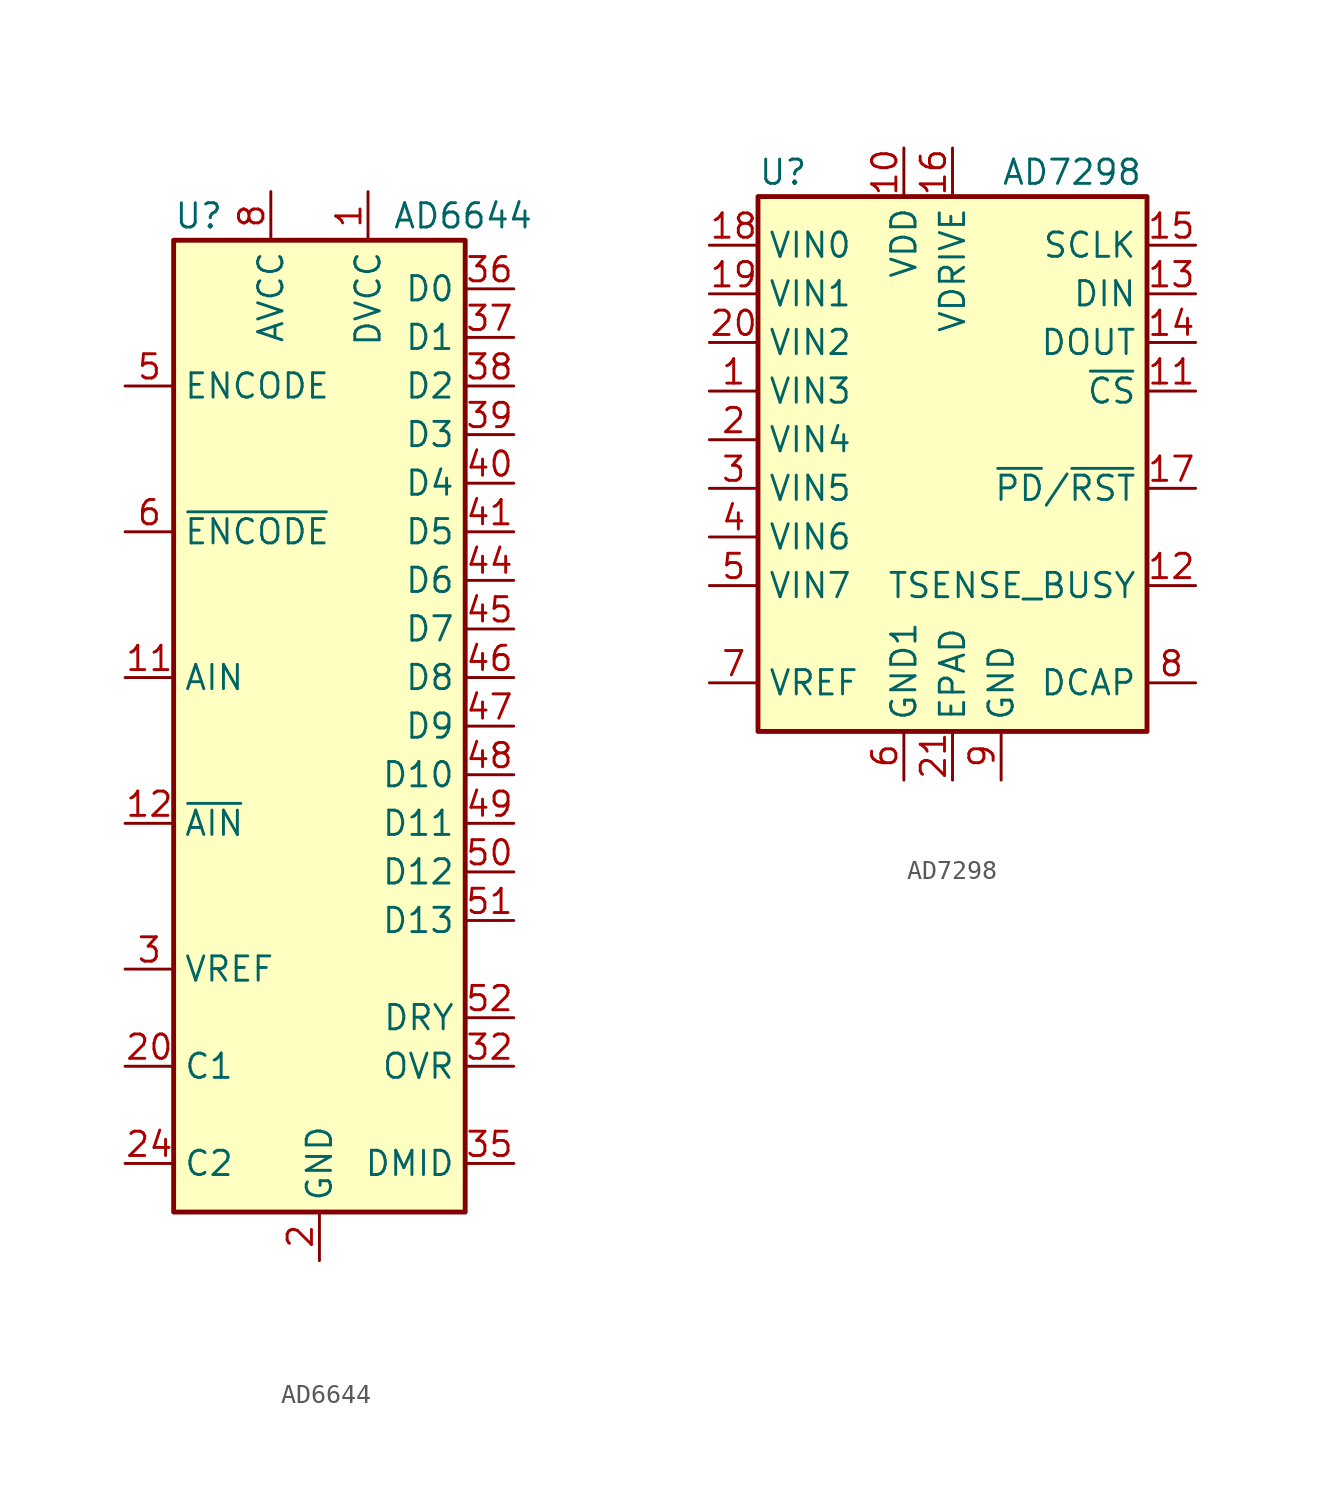
<source format=kicad_sym>
(kicad_symbol_lib
  (version 20211014)
  (generator kicad_symbol_editor)
  (symbol "AD6644"
    (property "Reference" "U"
      (at -7.62 26.67 0)
      (effects (font (size 1.27 1.27)) (justify left)))
    (property "Value" "AD6644"
      (at 3.81 26.67 0)
      (effects (font (size 1.27 1.27)) (justify left)))
    (symbol "AD6644_0_1"
      (rectangle (start -7.62 25.4) (end 7.62 -25.4) (stroke (width 0.254) (type default) (color 0 0 0 0)) (fill (type background))))
    (symbol "AD6644_1_1"
      (pin power_in line (at 2.54 27.94 270) (length 2.54) (name "DVCC" (effects (font (size 1.27 1.27)))) (number "1" (effects (font (size 1.27 1.27)))))
      (pin passive line (at 0 -27.94 90) (length 2.54) hide (name "GND" (effects (font (size 1.27 1.27)))) (number "10" (effects (font (size 1.27 1.27)))))
      (pin input line (at -10.16 2.54 0) (length 2.54) (name "AIN" (effects (font (size 1.27 1.27)))) (number "11" (effects (font (size 1.27 1.27)))))
      (pin input line (at -10.16 -5.08 0) (length 2.54) (name "~{AIN}" (effects (font (size 1.27 1.27)))) (number "12" (effects (font (size 1.27 1.27)))))
      (pin passive line (at 0 -27.94 90) (length 2.54) hide (name "GND" (effects (font (size 1.27 1.27)))) (number "13" (effects (font (size 1.27 1.27)))))
      (pin passive line (at -2.54 27.94 270) (length 2.54) hide (name "AVCC" (effects (font (size 1.27 1.27)))) (number "14" (effects (font (size 1.27 1.27)))))
      (pin passive line (at 0 -27.94 90) (length 2.54) hide (name "GND" (effects (font (size 1.27 1.27)))) (number "15" (effects (font (size 1.27 1.27)))))
      (pin passive line (at -2.54 27.94 270) (length 2.54) hide (name "AVCC" (effects (font (size 1.27 1.27)))) (number "16" (effects (font (size 1.27 1.27)))))
      (pin passive line (at 0 -27.94 90) (length 2.54) hide (name "GND" (effects (font (size 1.27 1.27)))) (number "17" (effects (font (size 1.27 1.27)))))
      (pin passive line (at -2.54 27.94 270) (length 2.54) hide (name "AVCC" (effects (font (size 1.27 1.27)))) (number "18" (effects (font (size 1.27 1.27)))))
      (pin passive line (at 0 -27.94 90) (length 2.54) hide (name "GND" (effects (font (size 1.27 1.27)))) (number "19" (effects (font (size 1.27 1.27)))))
      (pin power_in line (at 0 -27.94 90) (length 2.54) (name "GND" (effects (font (size 1.27 1.27)))) (number "2" (effects (font (size 1.27 1.27)))))
      (pin passive line (at -10.16 -17.78 0) (length 2.54) (name "C1" (effects (font (size 1.27 1.27)))) (number "20" (effects (font (size 1.27 1.27)))))
      (pin passive line (at 0 -27.94 90) (length 2.54) hide (name "GND" (effects (font (size 1.27 1.27)))) (number "21" (effects (font (size 1.27 1.27)))))
      (pin passive line (at -2.54 27.94 270) (length 2.54) hide (name "AVCC" (effects (font (size 1.27 1.27)))) (number "22" (effects (font (size 1.27 1.27)))))
      (pin passive line (at 0 -27.94 90) (length 2.54) hide (name "GND" (effects (font (size 1.27 1.27)))) (number "23" (effects (font (size 1.27 1.27)))))
      (pin passive line (at -10.16 -22.86 0) (length 2.54) (name "C2" (effects (font (size 1.27 1.27)))) (number "24" (effects (font (size 1.27 1.27)))))
      (pin passive line (at 0 -27.94 90) (length 2.54) hide (name "GND" (effects (font (size 1.27 1.27)))) (number "25" (effects (font (size 1.27 1.27)))))
      (pin passive line (at -2.54 27.94 270) (length 2.54) hide (name "AVCC" (effects (font (size 1.27 1.27)))) (number "26" (effects (font (size 1.27 1.27)))))
      (pin passive line (at 0 -27.94 90) (length 2.54) hide (name "GND" (effects (font (size 1.27 1.27)))) (number "27" (effects (font (size 1.27 1.27)))))
      (pin passive line (at -2.54 27.94 270) (length 2.54) hide (name "AVCC" (effects (font (size 1.27 1.27)))) (number "28" (effects (font (size 1.27 1.27)))))
      (pin passive line (at 0 -27.94 90) (length 2.54) hide (name "GND" (effects (font (size 1.27 1.27)))) (number "29" (effects (font (size 1.27 1.27)))))
      (pin passive line (at -10.16 -12.7 0) (length 2.54) (name "VREF" (effects (font (size 1.27 1.27)))) (number "3" (effects (font (size 1.27 1.27)))))
      (pin passive line (at -2.54 27.94 270) (length 2.54) hide (name "AVCC" (effects (font (size 1.27 1.27)))) (number "30" (effects (font (size 1.27 1.27)))))
      (pin no_connect line (at 7.62 -12.7 180) (length 2.54) hide (name "DNC" (effects (font (size 1.27 1.27)))) (number "31" (effects (font (size 1.27 1.27)))))
      (pin output line (at 10.16 -17.78 180) (length 2.54) (name "OVR" (effects (font (size 1.27 1.27)))) (number "32" (effects (font (size 1.27 1.27)))))
      (pin passive line (at 2.54 27.94 270) (length 2.54) hide (name "DVCC" (effects (font (size 1.27 1.27)))) (number "33" (effects (font (size 1.27 1.27)))))
      (pin passive line (at 0 -27.94 90) (length 2.54) hide (name "GND" (effects (font (size 1.27 1.27)))) (number "34" (effects (font (size 1.27 1.27)))))
      (pin output line (at 10.16 -22.86 180) (length 2.54) (name "DMID" (effects (font (size 1.27 1.27)))) (number "35" (effects (font (size 1.27 1.27)))))
      (pin output line (at 10.16 22.86 180) (length 2.54) (name "D0" (effects (font (size 1.27 1.27)))) (number "36" (effects (font (size 1.27 1.27)))))
      (pin output line (at 10.16 20.32 180) (length 2.54) (name "D1" (effects (font (size 1.27 1.27)))) (number "37" (effects (font (size 1.27 1.27)))))
      (pin output line (at 10.16 17.78 180) (length 2.54) (name "D2" (effects (font (size 1.27 1.27)))) (number "38" (effects (font (size 1.27 1.27)))))
      (pin output line (at 10.16 15.24 180) (length 2.54) (name "D3" (effects (font (size 1.27 1.27)))) (number "39" (effects (font (size 1.27 1.27)))))
      (pin passive line (at 0 -27.94 90) (length 2.54) hide (name "GND" (effects (font (size 1.27 1.27)))) (number "4" (effects (font (size 1.27 1.27)))))
      (pin output line (at 10.16 12.7 180) (length 2.54) (name "D4" (effects (font (size 1.27 1.27)))) (number "40" (effects (font (size 1.27 1.27)))))
      (pin output line (at 10.16 10.16 180) (length 2.54) (name "D5" (effects (font (size 1.27 1.27)))) (number "41" (effects (font (size 1.27 1.27)))))
      (pin passive line (at 0 -27.94 90) (length 2.54) hide (name "GND" (effects (font (size 1.27 1.27)))) (number "42" (effects (font (size 1.27 1.27)))))
      (pin passive line (at 2.54 27.94 270) (length 2.54) hide (name "DVCC" (effects (font (size 1.27 1.27)))) (number "43" (effects (font (size 1.27 1.27)))))
      (pin output line (at 10.16 7.62 180) (length 2.54) (name "D6" (effects (font (size 1.27 1.27)))) (number "44" (effects (font (size 1.27 1.27)))))
      (pin output line (at 10.16 5.08 180) (length 2.54) (name "D7" (effects (font (size 1.27 1.27)))) (number "45" (effects (font (size 1.27 1.27)))))
      (pin output line (at 10.16 2.54 180) (length 2.54) (name "D8" (effects (font (size 1.27 1.27)))) (number "46" (effects (font (size 1.27 1.27)))))
      (pin output line (at 10.16 0 180) (length 2.54) (name "D9" (effects (font (size 1.27 1.27)))) (number "47" (effects (font (size 1.27 1.27)))))
      (pin output line (at 10.16 -2.54 180) (length 2.54) (name "D10" (effects (font (size 1.27 1.27)))) (number "48" (effects (font (size 1.27 1.27)))))
      (pin output line (at 10.16 -5.08 180) (length 2.54) (name "D11" (effects (font (size 1.27 1.27)))) (number "49" (effects (font (size 1.27 1.27)))))
      (pin input line (at -10.16 17.78 0) (length 2.54) (name "ENCODE" (effects (font (size 1.27 1.27)))) (number "5" (effects (font (size 1.27 1.27)))))
      (pin output line (at 10.16 -7.62 180) (length 2.54) (name "D12" (effects (font (size 1.27 1.27)))) (number "50" (effects (font (size 1.27 1.27)))))
      (pin output line (at 10.16 -10.16 180) (length 2.54) (name "D13" (effects (font (size 1.27 1.27)))) (number "51" (effects (font (size 1.27 1.27)))))
      (pin output line (at 10.16 -15.24 180) (length 2.54) (name "DRY" (effects (font (size 1.27 1.27)))) (number "52" (effects (font (size 1.27 1.27)))))
      (pin passive line (at 0 -27.94 90) (length 2.54) hide (name "GND" (effects (font (size 1.27 1.27)))) (number "53" (effects (font (size 1.27 1.27)))))
      (pin input line (at -10.16 10.16 0) (length 2.54) (name "~{ENCODE}" (effects (font (size 1.27 1.27)))) (number "6" (effects (font (size 1.27 1.27)))))
      (pin passive line (at 0 -27.94 90) (length 2.54) hide (name "GND" (effects (font (size 1.27 1.27)))) (number "7" (effects (font (size 1.27 1.27)))))
      (pin power_in line (at -2.54 27.94 270) (length 2.54) (name "AVCC" (effects (font (size 1.27 1.27)))) (number "8" (effects (font (size 1.27 1.27)))))
      (pin passive line (at -2.54 27.94 270) (length 2.54) hide (name "AVCC" (effects (font (size 1.27 1.27)))) (number "9" (effects (font (size 1.27 1.27)))))))
  (symbol "AD7298"
    (property "Reference" "U"
      (at -10.16 13.97 0)
      (effects (font (size 1.27 1.27)) (justify left)))
    (property "Value" "AD7298"
      (at 2.54 13.97 0)
      (effects (font (size 1.27 1.27)) (justify left)))
    (symbol "AD7298_0_1"
      (rectangle (start -10.16 12.7) (end 10.16 -15.24) (stroke (width 0.254) (type default) (color 0 0 0 0)) (fill (type background))))
    (symbol "AD7298_1_1"
      (pin input line (at -12.7 2.54 0) (length 2.54) (name "VIN3" (effects (font (size 1.27 1.27)))) (number "1" (effects (font (size 1.27 1.27)))))
      (pin power_in line (at -2.54 15.24 270) (length 2.54) (name "VDD" (effects (font (size 1.27 1.27)))) (number "10" (effects (font (size 1.27 1.27)))))
      (pin input line (at 12.7 2.54 180) (length 2.54) (name "~{CS}" (effects (font (size 1.27 1.27)))) (number "11" (effects (font (size 1.27 1.27)))))
      (pin output line (at 12.7 -7.62 180) (length 2.54) (name "TSENSE_BUSY" (effects (font (size 1.27 1.27)))) (number "12" (effects (font (size 1.27 1.27)))))
      (pin input line (at 12.7 7.62 180) (length 2.54) (name "DIN" (effects (font (size 1.27 1.27)))) (number "13" (effects (font (size 1.27 1.27)))))
      (pin output line (at 12.7 5.08 180) (length 2.54) (name "DOUT" (effects (font (size 1.27 1.27)))) (number "14" (effects (font (size 1.27 1.27)))))
      (pin input line (at 12.7 10.16 180) (length 2.54) (name "SCLK" (effects (font (size 1.27 1.27)))) (number "15" (effects (font (size 1.27 1.27)))))
      (pin power_in line (at 0 15.24 270) (length 2.54) (name "VDRIVE" (effects (font (size 1.27 1.27)))) (number "16" (effects (font (size 1.27 1.27)))))
      (pin input line (at 12.7 -2.54 180) (length 2.54) (name "~{PD}/~{RST}" (effects (font (size 1.27 1.27)))) (number "17" (effects (font (size 1.27 1.27)))))
      (pin input line (at -12.7 10.16 0) (length 2.54) (name "VIN0" (effects (font (size 1.27 1.27)))) (number "18" (effects (font (size 1.27 1.27)))))
      (pin input line (at -12.7 7.62 0) (length 2.54) (name "VIN1" (effects (font (size 1.27 1.27)))) (number "19" (effects (font (size 1.27 1.27)))))
      (pin input line (at -12.7 0 0) (length 2.54) (name "VIN4" (effects (font (size 1.27 1.27)))) (number "2" (effects (font (size 1.27 1.27)))))
      (pin input line (at -12.7 5.08 0) (length 2.54) (name "VIN2" (effects (font (size 1.27 1.27)))) (number "20" (effects (font (size 1.27 1.27)))))
      (pin power_in line (at 0 -17.78 90) (length 2.54) (name "EPAD" (effects (font (size 1.27 1.27)))) (number "21" (effects (font (size 1.27 1.27)))))
      (pin input line (at -12.7 -2.54 0) (length 2.54) (name "VIN5" (effects (font (size 1.27 1.27)))) (number "3" (effects (font (size 1.27 1.27)))))
      (pin input line (at -12.7 -5.08 0) (length 2.54) (name "VIN6" (effects (font (size 1.27 1.27)))) (number "4" (effects (font (size 1.27 1.27)))))
      (pin input line (at -12.7 -7.62 0) (length 2.54) (name "VIN7" (effects (font (size 1.27 1.27)))) (number "5" (effects (font (size 1.27 1.27)))))
      (pin power_in line (at -2.54 -17.78 90) (length 2.54) (name "GND1" (effects (font (size 1.27 1.27)))) (number "6" (effects (font (size 1.27 1.27)))))
      (pin passive line (at -12.7 -12.7 0) (length 2.54) (name "VREF" (effects (font (size 1.27 1.27)))) (number "7" (effects (font (size 1.27 1.27)))))
      (pin passive line (at 12.7 -12.7 180) (length 2.54) (name "DCAP" (effects (font (size 1.27 1.27)))) (number "8" (effects (font (size 1.27 1.27)))))
      (pin power_in line (at 2.54 -17.78 90) (length 2.54) (name "GND" (effects (font (size 1.27 1.27)))) (number "9" (effects (font (size 1.27 1.27))))))))
</source>
